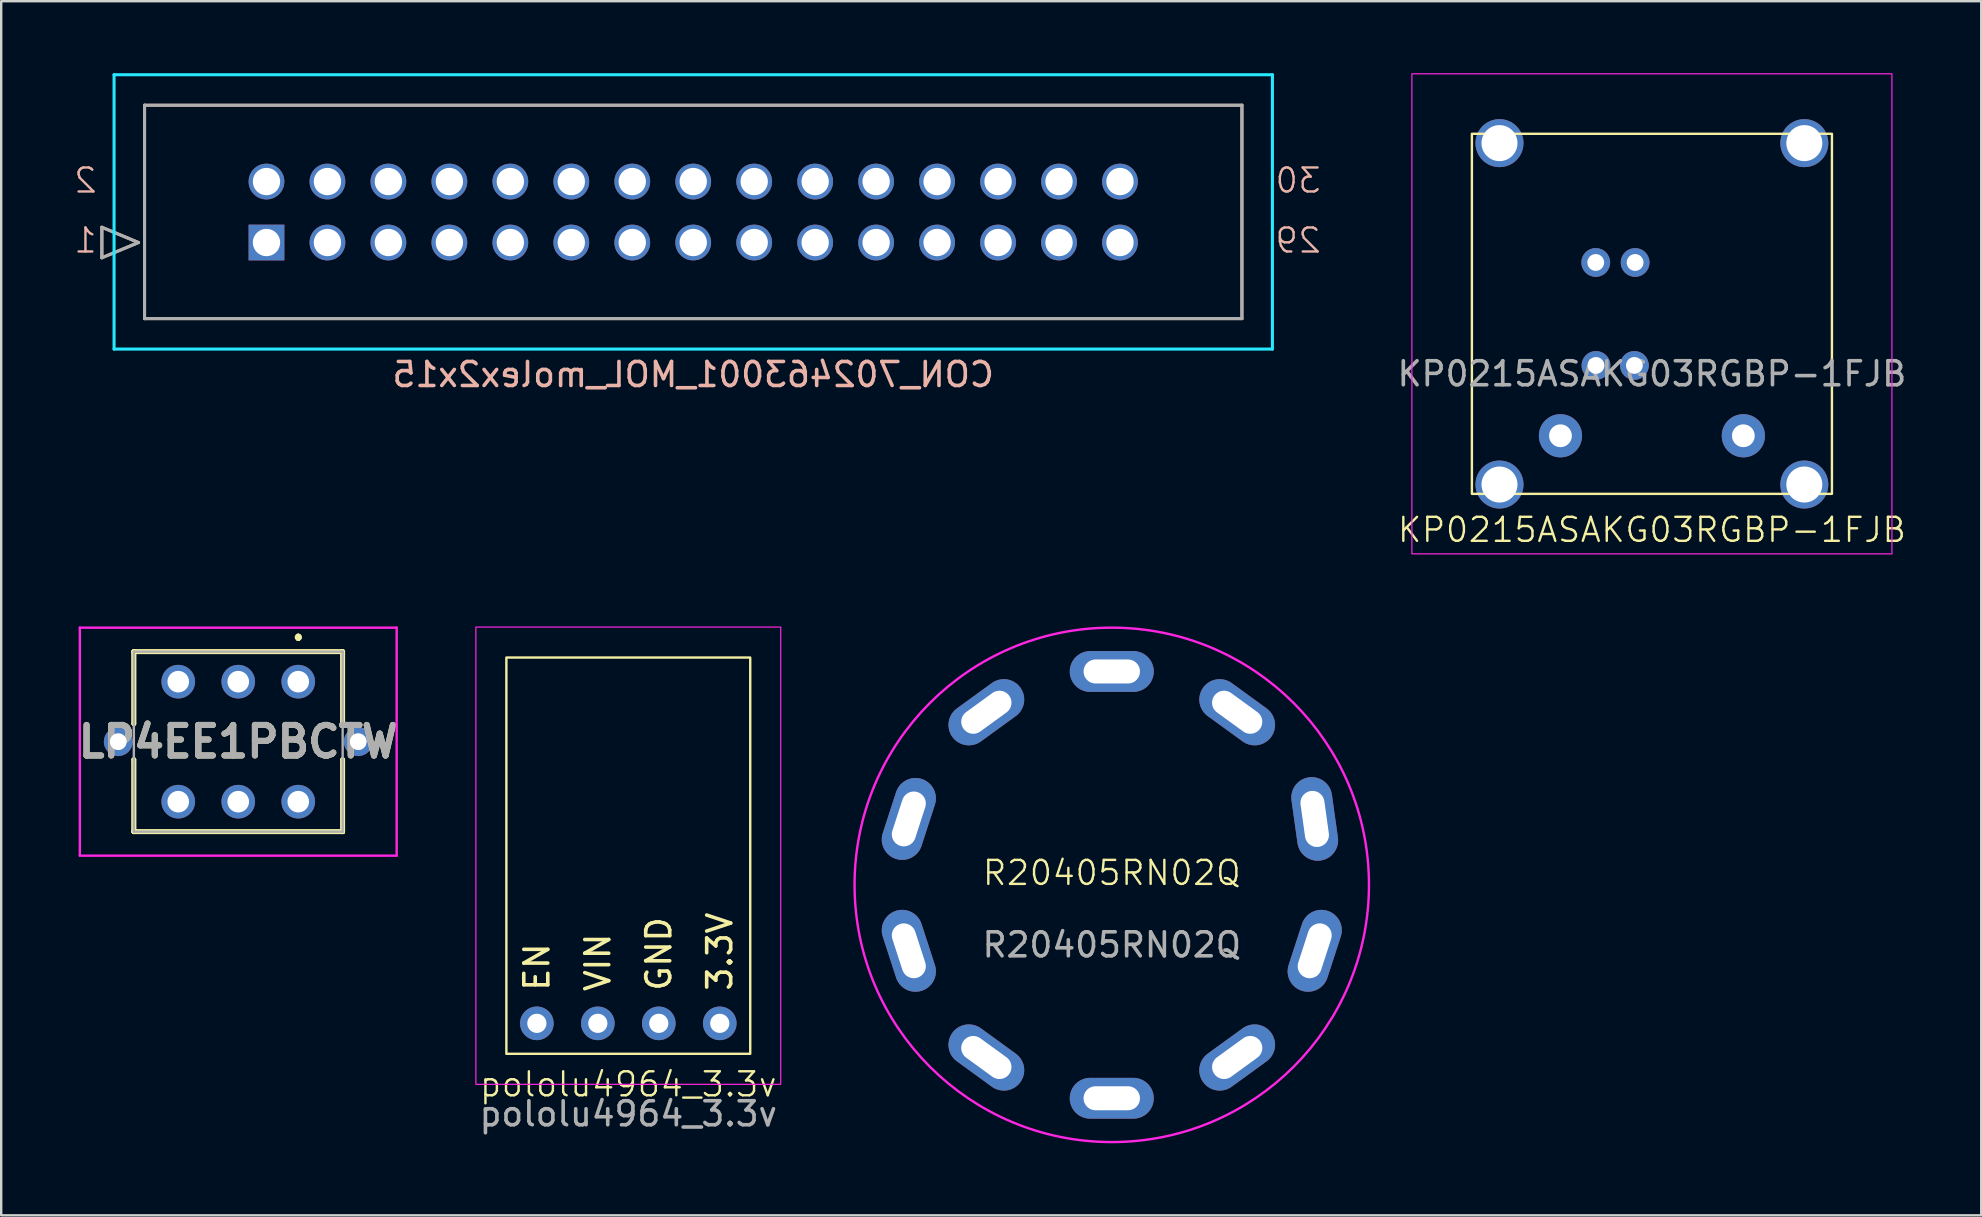
<source format=kicad_pcb>
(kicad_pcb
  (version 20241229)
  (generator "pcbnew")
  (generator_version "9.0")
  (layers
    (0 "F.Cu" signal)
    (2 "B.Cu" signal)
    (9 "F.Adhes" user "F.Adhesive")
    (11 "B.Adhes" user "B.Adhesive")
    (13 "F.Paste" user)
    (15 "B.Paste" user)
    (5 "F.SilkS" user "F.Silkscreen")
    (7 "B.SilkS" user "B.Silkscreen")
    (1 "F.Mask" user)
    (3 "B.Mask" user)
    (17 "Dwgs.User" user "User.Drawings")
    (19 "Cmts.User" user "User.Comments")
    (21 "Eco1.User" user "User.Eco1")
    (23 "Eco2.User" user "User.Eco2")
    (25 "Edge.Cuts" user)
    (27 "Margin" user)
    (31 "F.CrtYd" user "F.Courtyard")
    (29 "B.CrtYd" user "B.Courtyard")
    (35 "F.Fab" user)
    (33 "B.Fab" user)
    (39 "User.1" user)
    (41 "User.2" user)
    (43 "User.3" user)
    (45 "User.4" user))
  (footprint "LP4EE1PBCTW"
    (layer "F.Cu")
    (at 9.376 25.35)
    (property "Reference" "LP4EE1PBCTW" (at -2.5 2.5 0) (layer "F.SilkS") (effects (font (size 1.27 1.27) (thickness 0.254))))
    (attr through_hole)
    (fp_line (start -6.85 -1.25) (end -6.85 -1.25) (stroke (width 0.2) (type solid)) (layer "F.SilkS"))
    (fp_line (start -6.85 -1.25) (end -6.85 -1.25) (stroke (width 0.2) (type solid)) (layer "F.SilkS"))
    (fp_line (start -6.85 -1.25) (end -6.85 1.75) (stroke (width 0.2) (type solid)) (layer "F.SilkS"))
    (fp_line (start -6.85 -1.25) (end 1.85 -1.25) (stroke (width 0.2) (type solid)) (layer "F.SilkS"))
    (fp_line (start -6.85 1.75) (end -6.85 -1.25) (stroke (width 0.2) (type solid)) (layer "F.SilkS"))
    (fp_line (start -6.85 1.75) (end -6.85 1.75) (stroke (width 0.2) (type solid)) (layer "F.SilkS"))
    (fp_line (start -6.85 3.25) (end -6.85 3.25) (stroke (width 0.2) (type solid)) (layer "F.SilkS"))
    (fp_line (start -6.85 3.25) (end -6.85 6.25) (stroke (width 0.2) (type solid)) (layer "F.SilkS"))
    (fp_line (start -6.85 6.25) (end -6.85 3.25) (stroke (width 0.2) (type solid)) (layer "F.SilkS"))
    (fp_line (start -6.85 6.25) (end -6.85 6.25) (stroke (width 0.2) (type solid)) (layer "F.SilkS"))
    (fp_line (start -6.85 6.25) (end -6.85 6.25) (stroke (width 0.2) (type solid)) (layer "F.SilkS"))
    (fp_line (start -6.85 6.25) (end 1.85 6.25) (stroke (width 0.2) (type solid)) (layer "F.SilkS"))
    (fp_line (start 0 -1.9) (end 0 -1.9) (stroke (width 0.2) (type solid)) (layer "F.SilkS"))
    (fp_line (start 0 -1.8) (end 0 -1.8) (stroke (width 0.2) (type solid)) (layer "F.SilkS"))
    (fp_line (start 0 -1.8) (end 0 -1.8) (stroke (width 0.2) (type solid)) (layer "F.SilkS"))
    (fp_line (start 1.85 -1.25) (end -6.85 -1.25) (stroke (width 0.2) (type solid)) (layer "F.SilkS"))
    (fp_line (start 1.85 -1.25) (end 1.85 -1.25) (stroke (width 0.2) (type solid)) (layer "F.SilkS"))
    (fp_line (start 1.85 -1.25) (end 1.85 -1.25) (stroke (width 0.2) (type solid)) (layer "F.SilkS"))
    (fp_line (start 1.85 -1.25) (end 1.85 1.75) (stroke (width 0.2) (type solid)) (layer "F.SilkS"))
    (fp_line (start 1.85 1.75) (end 1.85 -1.25) (stroke (width 0.2) (type solid)) (layer "F.SilkS"))
    (fp_line (start 1.85 1.75) (end 1.85 1.75) (stroke (width 0.2) (type solid)) (layer "F.SilkS"))
    (fp_line (start 1.85 3.25) (end 1.85 3.25) (stroke (width 0.2) (type solid)) (layer "F.SilkS"))
    (fp_line (start 1.85 3.25) (end 1.85 6.25) (stroke (width 0.2) (type solid)) (layer "F.SilkS"))
    (fp_line (start 1.85 6.25) (end -6.85 6.25) (stroke (width 0.2) (type solid)) (layer "F.SilkS"))
    (fp_line (start 1.85 6.25) (end 1.85 3.25) (stroke (width 0.2) (type solid)) (layer "F.SilkS"))
    (fp_line (start 1.85 6.25) (end 1.85 6.25) (stroke (width 0.2) (type solid)) (layer "F.SilkS"))
    (fp_line (start 1.85 6.25) (end 1.85 6.25) (stroke (width 0.2) (type solid)) (layer "F.SilkS"))
    (fp_arc (start 0 -1.9) (mid 0.05 -1.85) (end 0 -1.8) (stroke (width 0.2) (type solid)) (layer "F.SilkS"))
    (fp_arc (start 0 -1.9) (mid 0.05 -1.85) (end 0 -1.8) (stroke (width 0.2) (type solid)) (layer "F.SilkS"))
    (fp_arc (start 0 -1.8) (mid -0.05 -1.85) (end 0 -1.9) (stroke (width 0.2) (type solid)) (layer "F.SilkS"))
    (fp_line (start -9.1 -2.25) (end 4.1 -2.25) (stroke (width 0.1) (type solid)) (layer "F.CrtYd"))
    (fp_line (start -9.1 7.25) (end -9.1 -2.25) (stroke (width 0.1) (type solid)) (layer "F.CrtYd"))
    (fp_line (start 4.1 -2.25) (end 4.1 7.25) (stroke (width 0.1) (type solid)) (layer "F.CrtYd"))
    (fp_line (start 4.1 7.25) (end -9.1 7.25) (stroke (width 0.1) (type solid)) (layer "F.CrtYd"))
    (fp_line (start -6.85 -1.25) (end -6.85 6.25) (stroke (width 0.1) (type solid)) (layer "F.Fab"))
    (fp_line (start -6.85 6.25) (end 1.85 6.25) (stroke (width 0.1) (type solid)) (layer "F.Fab"))
    (fp_line (start 1.85 -1.25) (end -6.85 -1.25) (stroke (width 0.1) (type solid)) (layer "F.Fab"))
    (fp_line (start 1.85 6.25) (end 1.85 -1.25) (stroke (width 0.1) (type solid)) (layer "F.Fab"))
    (fp_text user "${REFERENCE}" (at -2.5 2.5 0) (layer "F.Fab") (effects (font (size 1.27 1.27) (thickness 0.254))))
    (pad "1" thru_hole circle (at 0 0) (size 1.4 1.4) (drill 0.9) (layers "*.Cu" "*.Mask"))
    (pad "2" thru_hole circle (at -2.5 0) (size 1.4 1.4) (drill 0.9) (layers "*.Cu" "*.Mask"))
    (pad "3" thru_hole circle (at -5 0) (size 1.4 1.4) (drill 0.9) (layers "*.Cu" "*.Mask"))
    (pad "4" thru_hole circle (at 0 5) (size 1.4 1.4) (drill 0.9) (layers "*.Cu" "*.Mask"))
    (pad "5" thru_hole circle (at -2.5 5) (size 1.4 1.4) (drill 0.9) (layers "*.Cu" "*.Mask"))
    (pad "6" thru_hole circle (at -5 5) (size 1.4 1.4) (drill 0.9) (layers "*.Cu" "*.Mask"))
    (pad "L1" thru_hole circle (at 2.5 2.5) (size 1.2 1.2) (drill 0.7) (layers "*.Cu" "*.Mask"))
    (pad "L2" thru_hole circle (at -7.5 2.5) (size 1.2 1.2) (drill 0.7) (layers "*.Cu" "*.Mask")))
  (footprint "R20405RN02Q"
    (layer "F.Cu")
    (at 43.269 33.816)
    (property "Reference" "R20405RN02Q" (at 0 -0.5 0) (unlocked yes) (layer "F.SilkS") (effects (font (size 1 1) (thickness 0.1))))
    (attr through_hole)
    (fp_circle (center 0 0) (end 10.716 0) (stroke (width 0.1) (type default)) (fill no) (layer "F.CrtYd"))
    (fp_text user "${REFERENCE}" (at 0 2.5 0) (unlocked yes) (layer "F.Fab") (effects (font (size 1 1) (thickness 0.15))))
    (pad "1" thru_hole oval (at 0 -8.89) (size 3.5 1.7) (drill oval 2.35 1) (layers "*.Cu" "*.Mask"))
    (pad "2" thru_hole oval (at 5.225 -7.192 324) (size 3.5 1.7) (drill oval 2.35 1) (layers "*.Cu" "*.Mask"))
    (pad "3" thru_hole oval (at 8.455 -2.747 278) (size 3.5 1.7) (drill oval 2.35 1) (layers "*.Cu" "*.Mask"))
    (pad "4" thru_hole oval (at 8.455 2.747 252) (size 3.5 1.7) (drill oval 2.35 1) (layers "*.Cu" "*.Mask"))
    (pad "5" thru_hole oval (at 5.225 7.192 216) (size 3.5 1.7) (drill oval 2.35 1) (layers "*.Cu" "*.Mask"))
    (pad "6" thru_hole oval (at 0 8.89) (size 3.5 1.7) (drill oval 2.35 1) (layers "*.Cu" "*.Mask"))
    (pad "7" thru_hole oval (at -5.225 7.192 144) (size 3.5 1.7) (drill oval 2.35 1) (layers "*.Cu" "*.Mask"))
    (pad "8" thru_hole oval (at -8.455 2.747 108) (size 3.5 1.7) (drill oval 2.35 1) (layers "*.Cu" "*.Mask"))
    (pad "9" thru_hole oval (at -8.455 -2.747 72) (size 3.5 1.7) (drill oval 2.35 1) (layers "*.Cu" "*.Mask"))
    (pad "10" thru_hole oval (at -5.225 -7.192 36) (size 3.5 1.7) (drill oval 2.35 1) (layers "*.Cu" "*.Mask")))
  (footprint "CON_702463001_MOL_molex2x15"
    (layer "F.Cu")
    (at 8.052 7.054)
    (property "Reference" "CON_702463001_MOL_molex2x15" (at 17.78 5.5 0) (unlocked yes) (layer "B.SilkS") (effects (font (size 1 1) (thickness 0.15)) (justify mirror)))
    (attr through_hole)
    (fp_line (start -6.858 0.635) (end -6.858 -0.635) (stroke (width 0.127) (type solid)) (layer "B.SilkS"))
    (fp_line (start -6.858 0.635) (end -5.334 0) (stroke (width 0.127) (type solid)) (layer "B.SilkS"))
    (fp_line (start -5.334 0) (end -6.858 -0.635) (stroke (width 0.127) (type solid)) (layer "B.SilkS"))
    (fp_line (start -5.08 3.17) (end -5.08 -5.72) (stroke (width 0.127) (type solid)) (layer "B.SilkS"))
    (fp_line (start -5.08 3.17) (end 40.64 3.17) (stroke (width 0.127) (type solid)) (layer "B.SilkS"))
    (fp_line (start 40.64 -5.72) (end -5.08 -5.72) (stroke (width 0.127) (type solid)) (layer "B.SilkS"))
    (fp_line (start 40.64 -5.72) (end 40.64 3.17) (stroke (width 0.127) (type solid)) (layer "B.SilkS"))
    (fp_line (start -6.35 -6.99) (end -6.35 4.44) (stroke (width 0.127) (type solid)) (layer "B.CrtYd"))
    (fp_line (start -6.35 4.44) (end 41.91 4.44) (stroke (width 0.127) (type solid)) (layer "B.CrtYd"))
    (fp_line (start 41.91 -6.99) (end -6.35 -6.99) (stroke (width 0.127) (type solid)) (layer "B.CrtYd"))
    (fp_line (start 41.91 4.44) (end 41.91 -6.99) (stroke (width 0.127) (type solid)) (layer "B.CrtYd"))
    (fp_line (start -6.858 -0.635) (end -6.858 0.635) (stroke (width 0.127) (type solid)) (layer "F.Fab"))
    (fp_line (start -6.858 0.635) (end -5.334 0) (stroke (width 0.127) (type solid)) (layer "F.Fab"))
    (fp_line (start -5.334 0) (end -6.858 -0.635) (stroke (width 0.127) (type solid)) (layer "F.Fab"))
    (fp_line (start -5.08 -5.72) (end -5.08 3.17) (stroke (width 0.127) (type solid)) (layer "F.Fab"))
    (fp_line (start -5.08 3.17) (end 40.64 3.17) (stroke (width 0.127) (type solid)) (layer "F.Fab"))
    (fp_line (start 40.64 -5.72) (end -5.08 -5.72) (stroke (width 0.127) (type solid)) (layer "F.Fab"))
    (fp_line (start 40.64 3.17) (end 40.64 -5.72) (stroke (width 0.127) (type solid)) (layer "F.Fab"))
    (fp_text user "2" (at -7 -2 0) (unlocked yes) (layer "B.SilkS") (effects (font (size 1 1) (thickness 0.1)) (justify left bottom mirror)))
    (fp_text user "1" (at -7 0.5 0) (unlocked yes) (layer "B.SilkS") (effects (font (size 1 1) (thickness 0.1)) (justify left bottom mirror)))
    (fp_text user "29" (at 44 0.5 0) (unlocked yes) (layer "B.SilkS") (effects (font (size 1 1) (thickness 0.1)) (justify left bottom mirror)))
    (fp_text user "30" (at 44 -2 0) (unlocked yes) (layer "B.SilkS") (effects (font (size 1 1) (thickness 0.1)) (justify left bottom mirror)))
    (pad "1" thru_hole rect (at 0 0) (size 1.49 1.49) (drill 1.14) (layers "*.Cu" "*.Mask"))
    (pad "2" thru_hole circle (at 0 -2.54) (size 1.49 1.49) (drill 1.14) (layers "*.Cu" "*.Mask"))
    (pad "3" thru_hole circle (at 2.54 0 90) (size 1.49 1.49) (drill 1.14) (layers "*.Cu" "*.Mask"))
    (pad "4" thru_hole circle (at 2.54 -2.54 90) (size 1.49 1.49) (drill 1.14) (layers "*.Cu" "*.Mask"))
    (pad "5" thru_hole circle (at 5.08 0 90) (size 1.49 1.49) (drill 1.14) (layers "*.Cu" "*.Mask"))
    (pad "6" thru_hole circle (at 5.08 -2.54 90) (size 1.49 1.49) (drill 1.14) (layers "*.Cu" "*.Mask"))
    (pad "7" thru_hole circle (at 7.62 0 90) (size 1.49 1.49) (drill 1.14) (layers "*.Cu" "*.Mask"))
    (pad "8" thru_hole circle (at 7.62 -2.54 90) (size 1.49 1.49) (drill 1.14) (layers "*.Cu" "*.Mask"))
    (pad "9" thru_hole circle (at 10.16 0 90) (size 1.49 1.49) (drill 1.14) (layers "*.Cu" "*.Mask"))
    (pad "10" thru_hole circle (at 10.16 -2.54 90) (size 1.49 1.49) (drill 1.14) (layers "*.Cu" "*.Mask"))
    (pad "11" thru_hole circle (at 12.7 0 90) (size 1.49 1.49) (drill 1.14) (layers "*.Cu" "*.Mask"))
    (pad "12" thru_hole circle (at 12.7 -2.54 90) (size 1.49 1.49) (drill 1.14) (layers "*.Cu" "*.Mask"))
    (pad "13" thru_hole circle (at 15.24 0 90) (size 1.49 1.49) (drill 1.14) (layers "*.Cu" "*.Mask"))
    (pad "14" thru_hole circle (at 15.24 -2.54 90) (size 1.49 1.49) (drill 1.14) (layers "*.Cu" "*.Mask"))
    (pad "15" thru_hole circle (at 17.78 0 90) (size 1.49 1.49) (drill 1.14) (layers "*.Cu" "*.Mask"))
    (pad "16" thru_hole circle (at 17.78 -2.54 90) (size 1.49 1.49) (drill 1.14) (layers "*.Cu" "*.Mask"))
    (pad "17" thru_hole circle (at 20.32 0 90) (size 1.49 1.49) (drill 1.14) (layers "*.Cu" "*.Mask"))
    (pad "18" thru_hole circle (at 20.32 -2.54 90) (size 1.49 1.49) (drill 1.14) (layers "*.Cu" "*.Mask"))
    (pad "19" thru_hole circle (at 22.86 0 90) (size 1.49 1.49) (drill 1.14) (layers "*.Cu" "*.Mask"))
    (pad "20" thru_hole circle (at 22.86 -2.54 90) (size 1.49 1.49) (drill 1.14) (layers "*.Cu" "*.Mask"))
    (pad "21" thru_hole circle (at 25.4 0 90) (size 1.49 1.49) (drill 1.14) (layers "*.Cu" "*.Mask"))
    (pad "22" thru_hole circle (at 25.4 -2.54 90) (size 1.49 1.49) (drill 1.14) (layers "*.Cu" "*.Mask"))
    (pad "23" thru_hole circle (at 27.94 0 90) (size 1.49 1.49) (drill 1.14) (layers "*.Cu" "*.Mask"))
    (pad "24" thru_hole circle (at 27.94 -2.54 90) (size 1.49 1.49) (drill 1.14) (layers "*.Cu" "*.Mask"))
    (pad "25" thru_hole circle (at 30.48 0 90) (size 1.49 1.49) (drill 1.14) (layers "*.Cu" "*.Mask"))
    (pad "26" thru_hole circle (at 30.48 -2.54 90) (size 1.49 1.49) (drill 1.14) (layers "*.Cu" "*.Mask"))
    (pad "27" thru_hole circle (at 33.02 0 90) (size 1.49 1.49) (drill 1.14) (layers "*.Cu" "*.Mask"))
    (pad "28" thru_hole circle (at 33.02 -2.54 90) (size 1.49 1.49) (drill 1.14) (layers "*.Cu" "*.Mask"))
    (pad "29" thru_hole circle (at 35.56 0 90) (size 1.49 1.49) (drill 1.14) (layers "*.Cu" "*.Mask"))
    (pad "30" thru_hole circle (at 35.56 -2.54 90) (size 1.49 1.49) (drill 1.14) (layers "*.Cu" "*.Mask")))
  (footprint "KP0215ASAKG03RGBP-1FJB"
    (layer "F.Cu")
    (at 65.773 10.025)
    (property "Reference" "KP0215ASAKG03RGBP-1FJB" (at 0 9 0) (unlocked yes) (layer "F.SilkS") (effects (font (size 1 1) (thickness 0.1))))
    (attr through_hole)
    (fp_rect (start -7.5 -7.5) (end 7.5 7.5) (stroke (width 0.1) (type default)) (fill no) (layer "F.SilkS"))
    (fp_rect (start -10 -10) (end 10 10) (stroke (width 0.05) (type default)) (fill no) (layer "F.CrtYd"))
    (fp_text user "${REFERENCE}" (at 0 2.5 0) (unlocked yes) (layer "F.Fab") (effects (font (size 1 1) (thickness 0.15))))
    (pad "" thru_hole circle (at -6.35 -7.112) (size 2 2) (drill 1.5) (layers "*.Cu" "*.Mask"))
    (pad "" thru_hole circle (at -6.35 7.112) (size 2 2) (drill 1.5) (layers "*.Cu" "*.Mask"))
    (pad "" thru_hole circle (at 6.35 -7.112) (size 2 2) (drill 1.5) (layers "*.Cu" "*.Mask"))
    (pad "" thru_hole circle (at 6.35 7.112) (size 2 2) (drill 1.5) (layers "*.Cu" "*.Mask"))
    (pad "1" thru_hole circle (at -3.81 5.08) (size 1.8 1.8) (drill 0.95) (layers "*.Cu" "*.Mask"))
    (pad "2" thru_hole circle (at 3.81 5.08) (size 1.8 1.8) (drill 0.95) (layers "*.Cu" "*.Mask"))
    (pad "3" thru_hole circle (at -2.33 2.15) (size 1.2 1.2) (drill 0.7) (layers "*.Cu" "*.Mask"))
    (pad "4" thru_hole circle (at -0.73 2.15) (size 1.2 1.2) (drill 0.7) (layers "*.Cu" "*.Mask"))
    (pad "5" thru_hole circle (at -2.34 -2.14) (size 1.2 1.2) (drill 0.7) (layers "*.Cu" "*.Mask"))
    (pad "6" thru_hole circle (at -0.7 -2.14) (size 1.2 1.2) (drill 0.7) (layers "*.Cu" "*.Mask")))
  (footprint "pololu4964_3.3v"
    (layer "F.Cu")
    (at 23.127 40.855)
    (property "Reference" "pololu4964_3.3v" (at 0 1.27 0) (unlocked yes) (layer "F.SilkS") (effects (font (size 1 1) (thickness 0.1))))
    (attr through_hole)
    (fp_rect (start -5.08 -16.51) (end 5.08 0) (stroke (width 0.1) (type default)) (fill no) (layer "F.SilkS"))
    (fp_rect (start -6.35 -17.78) (end 6.35 1.27) (stroke (width 0.05) (type default)) (fill no) (layer "F.CrtYd"))
    (fp_text user "3.3V" (at 3.81 -2.54 90) (unlocked yes) (layer "F.SilkS") (effects (font (size 1 1) (thickness 0.15)) (justify left)))
    (fp_text user "GND" (at 1.27 -2.54 90) (unlocked yes) (layer "F.SilkS") (effects (font (size 1 1) (thickness 0.15)) (justify left)))
    (fp_text user "VIN" (at -1.27 -3.81 90) (unlocked yes) (layer "F.SilkS") (effects (font (size 1 1) (thickness 0.15))))
    (fp_text user "EN" (at -3.81 -2.54 90) (unlocked yes) (layer "F.SilkS") (effects (font (size 1 1) (thickness 0.15)) (justify left)))
    (fp_text user "${REFERENCE}" (at 0 2.5 0) (unlocked yes) (layer "F.Fab") (effects (font (size 1 1) (thickness 0.15))))
    (pad "1" thru_hole circle (at 3.81 -1.27) (size 1.4 1.4) (drill 0.8) (layers "*.Cu" "*.Mask"))
    (pad "2" thru_hole circle (at 1.27 -1.27) (size 1.4 1.4) (drill 0.8) (layers "*.Cu" "*.Mask"))
    (pad "3" thru_hole circle (at -1.27 -1.27) (size 1.4 1.4) (drill 0.8) (layers "*.Cu" "*.Mask"))
    (pad "4" thru_hole circle (at -3.81 -1.27) (size 1.4 1.4) (drill 0.8) (layers "*.Cu" "*.Mask")))
  (gr_rect
    (start -3 -3)
    (end 79.493 47.583)
    (stroke (width 0.1) (type default))
    (fill no)
    (layer "Edge.Cuts")))
</source>
